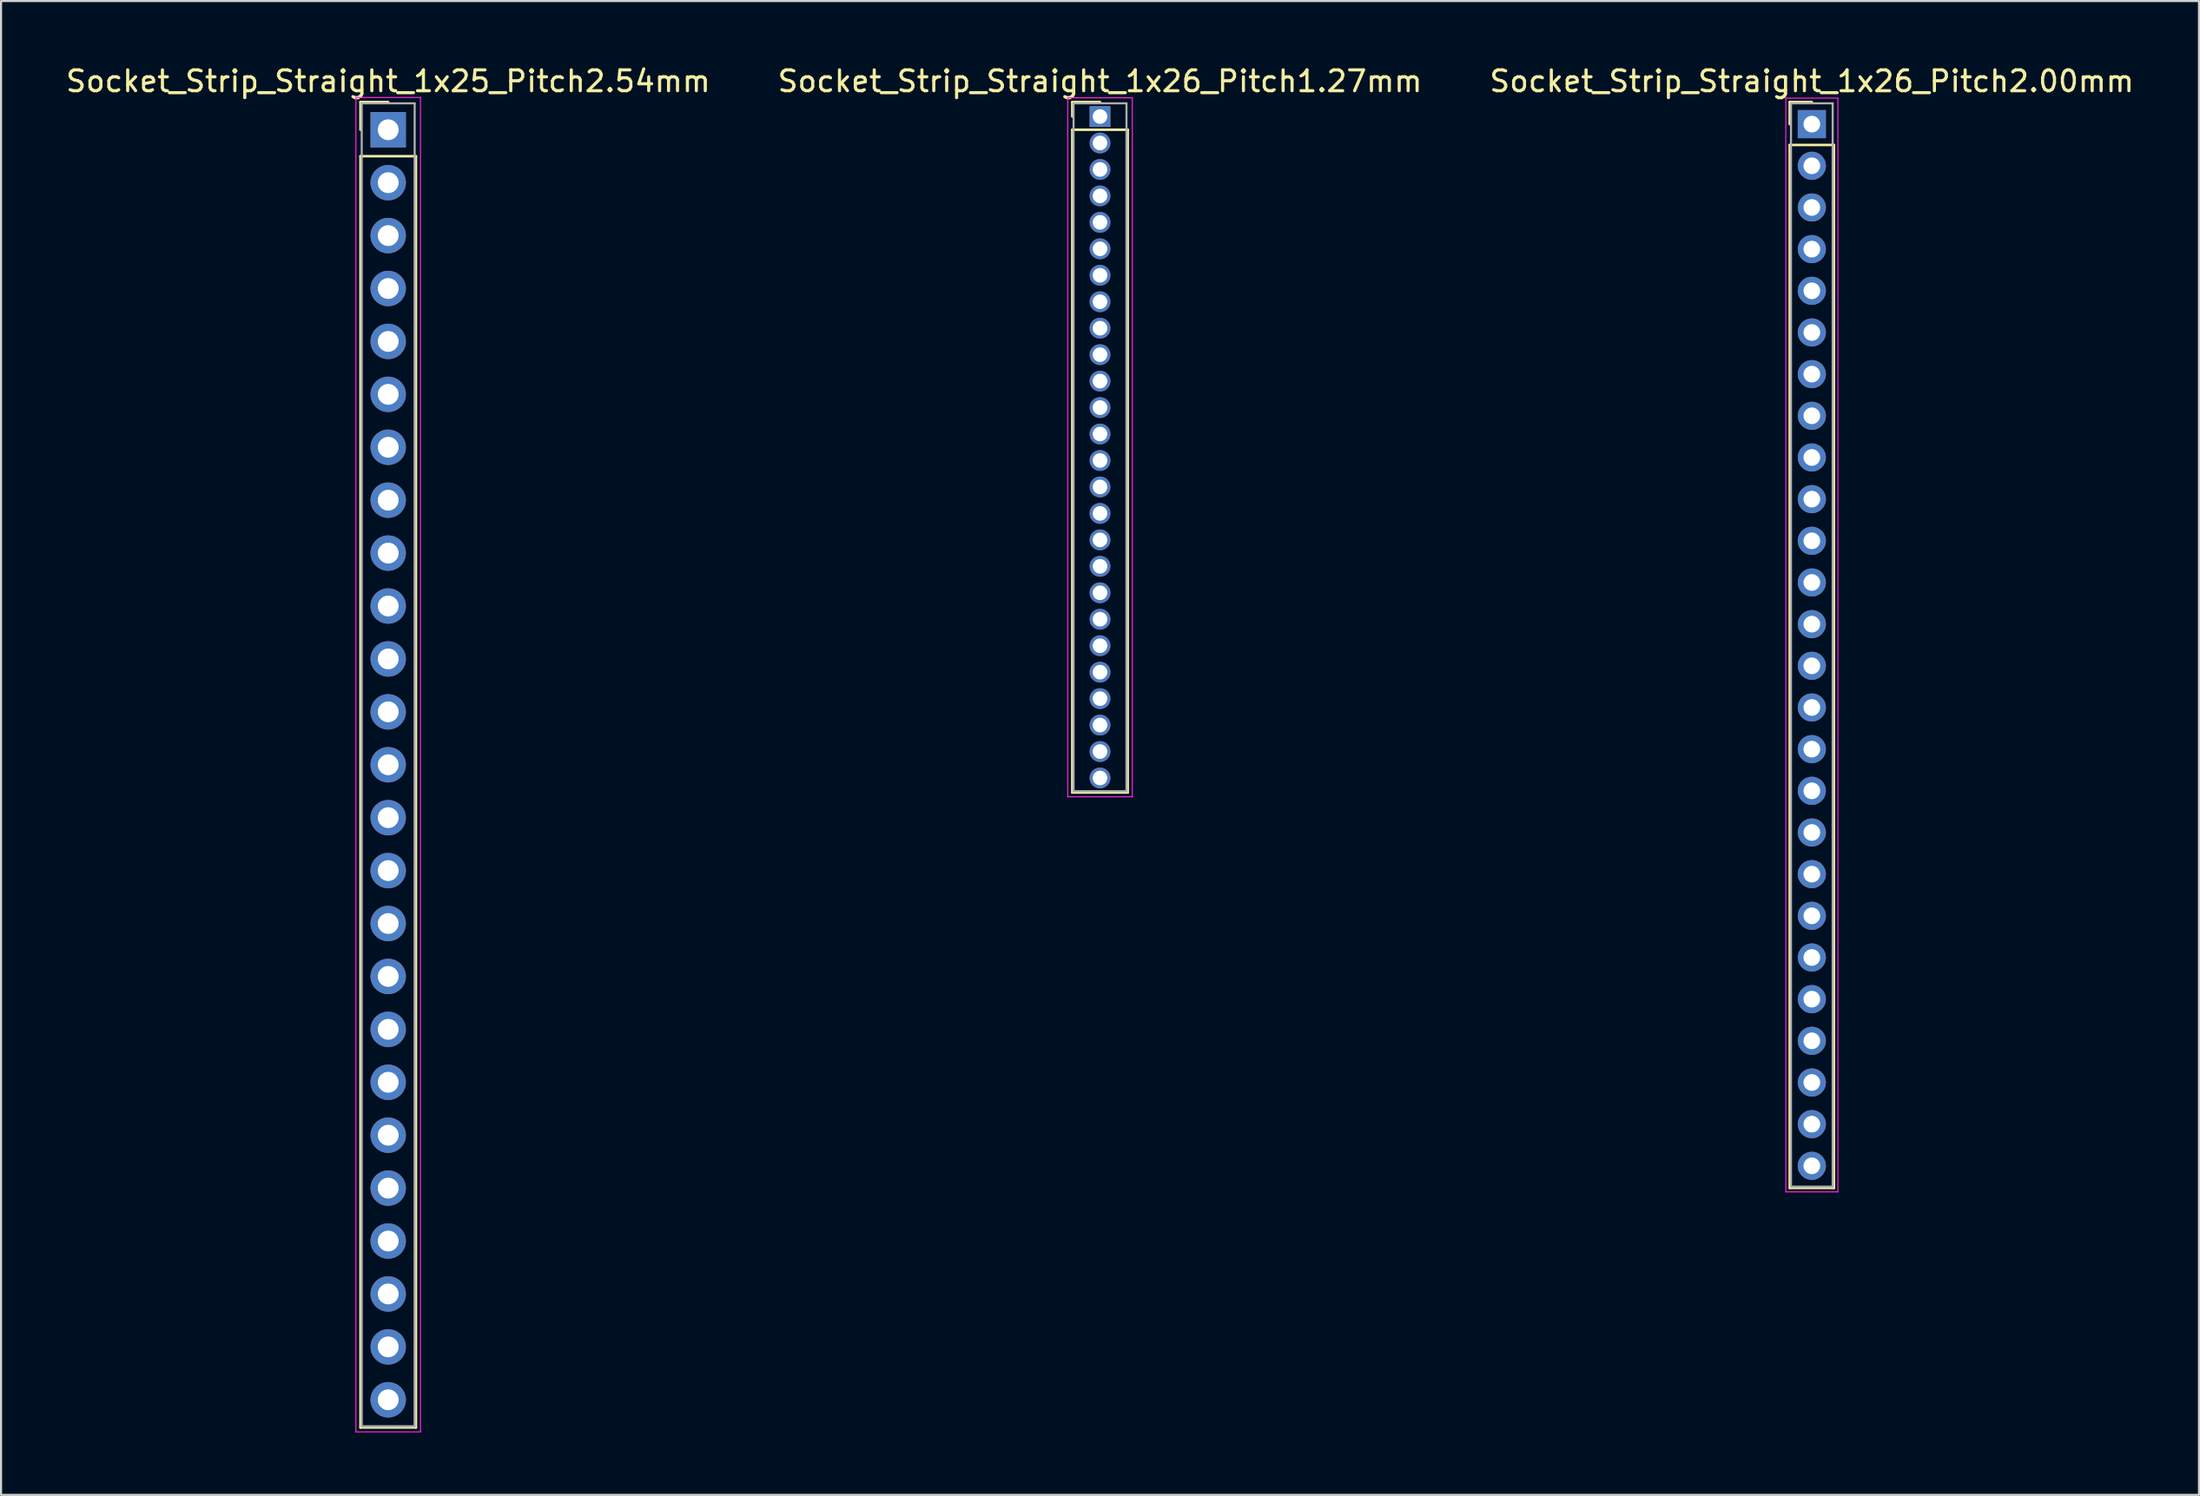
<source format=kicad_pcb>
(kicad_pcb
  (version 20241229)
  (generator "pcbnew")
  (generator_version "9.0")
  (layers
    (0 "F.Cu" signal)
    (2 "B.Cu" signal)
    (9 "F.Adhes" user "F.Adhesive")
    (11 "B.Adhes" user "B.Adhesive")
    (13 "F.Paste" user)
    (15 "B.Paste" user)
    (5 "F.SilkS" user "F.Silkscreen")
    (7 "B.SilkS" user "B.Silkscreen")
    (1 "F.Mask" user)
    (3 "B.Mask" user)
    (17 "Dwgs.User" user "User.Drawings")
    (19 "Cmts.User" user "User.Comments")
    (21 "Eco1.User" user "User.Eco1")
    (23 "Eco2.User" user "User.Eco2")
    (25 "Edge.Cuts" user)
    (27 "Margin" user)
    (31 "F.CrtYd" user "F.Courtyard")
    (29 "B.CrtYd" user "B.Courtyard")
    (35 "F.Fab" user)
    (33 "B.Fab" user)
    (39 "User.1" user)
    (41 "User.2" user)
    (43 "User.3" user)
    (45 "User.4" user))
  (footprint "Socket_Strip_Straight_1x26_Pitch1.27mm"
    (layer "F.Cu")
    (at 49.732 2.543)
    (property "Reference" "Socket_Strip_Straight_1x26_Pitch1.27mm" (at 0 -1.695 0) (layer "F.SilkS") (effects (font (size 1 1) (thickness 0.15))))
    (attr through_hole)
    (fp_line (start -1.33 -0.695) (end 0 -0.695) (stroke (width 0.12) (type solid)) (layer "F.SilkS"))
    (fp_line (start -1.33 0) (end -1.33 -0.695) (stroke (width 0.12) (type solid)) (layer "F.SilkS"))
    (fp_line (start -1.33 0.635) (end -1.33 32.445) (stroke (width 0.12) (type solid)) (layer "F.SilkS"))
    (fp_line (start -1.33 32.445) (end 1.33 32.445) (stroke (width 0.12) (type solid)) (layer "F.SilkS"))
    (fp_line (start 1.33 0.635) (end -1.33 0.635) (stroke (width 0.12) (type solid)) (layer "F.SilkS"))
    (fp_line (start 1.33 32.445) (end 1.33 0.635) (stroke (width 0.12) (type solid)) (layer "F.SilkS"))
    (fp_line (start -1.55 -0.9) (end -1.55 32.65) (stroke (width 0.05) (type solid)) (layer "F.CrtYd"))
    (fp_line (start -1.55 32.65) (end 1.55 32.65) (stroke (width 0.05) (type solid)) (layer "F.CrtYd"))
    (fp_line (start 1.55 -0.9) (end -1.55 -0.9) (stroke (width 0.05) (type solid)) (layer "F.CrtYd"))
    (fp_line (start 1.55 32.65) (end 1.55 -0.9) (stroke (width 0.05) (type solid)) (layer "F.CrtYd"))
    (fp_line (start -1.27 -0.635) (end -1.27 32.385) (stroke (width 0.1) (type solid)) (layer "F.Fab"))
    (fp_line (start -1.27 32.385) (end 1.27 32.385) (stroke (width 0.1) (type solid)) (layer "F.Fab"))
    (fp_line (start 1.27 -0.635) (end -1.27 -0.635) (stroke (width 0.1) (type solid)) (layer "F.Fab"))
    (fp_line (start 1.27 32.385) (end 1.27 -0.635) (stroke (width 0.1) (type solid)) (layer "F.Fab"))
    (pad "1" thru_hole rect (at 0 0) (size 1 1) (drill 0.7) (layers "*.Cu" "*.Mask"))
    (pad "2" thru_hole oval (at 0 1.27) (size 1 1) (drill 0.7) (layers "*.Cu" "*.Mask"))
    (pad "3" thru_hole oval (at 0 2.54) (size 1 1) (drill 0.7) (layers "*.Cu" "*.Mask"))
    (pad "4" thru_hole oval (at 0 3.81) (size 1 1) (drill 0.7) (layers "*.Cu" "*.Mask"))
    (pad "5" thru_hole oval (at 0 5.08) (size 1 1) (drill 0.7) (layers "*.Cu" "*.Mask"))
    (pad "6" thru_hole oval (at 0 6.35) (size 1 1) (drill 0.7) (layers "*.Cu" "*.Mask"))
    (pad "7" thru_hole oval (at 0 7.62) (size 1 1) (drill 0.7) (layers "*.Cu" "*.Mask"))
    (pad "8" thru_hole oval (at 0 8.89) (size 1 1) (drill 0.7) (layers "*.Cu" "*.Mask"))
    (pad "9" thru_hole oval (at 0 10.16) (size 1 1) (drill 0.7) (layers "*.Cu" "*.Mask"))
    (pad "10" thru_hole oval (at 0 11.43) (size 1 1) (drill 0.7) (layers "*.Cu" "*.Mask"))
    (pad "11" thru_hole oval (at 0 12.7) (size 1 1) (drill 0.7) (layers "*.Cu" "*.Mask"))
    (pad "12" thru_hole oval (at 0 13.97) (size 1 1) (drill 0.7) (layers "*.Cu" "*.Mask"))
    (pad "13" thru_hole oval (at 0 15.24) (size 1 1) (drill 0.7) (layers "*.Cu" "*.Mask"))
    (pad "14" thru_hole oval (at 0 16.51) (size 1 1) (drill 0.7) (layers "*.Cu" "*.Mask"))
    (pad "15" thru_hole oval (at 0 17.78) (size 1 1) (drill 0.7) (layers "*.Cu" "*.Mask"))
    (pad "16" thru_hole oval (at 0 19.05) (size 1 1) (drill 0.7) (layers "*.Cu" "*.Mask"))
    (pad "17" thru_hole oval (at 0 20.32) (size 1 1) (drill 0.7) (layers "*.Cu" "*.Mask"))
    (pad "18" thru_hole oval (at 0 21.59) (size 1 1) (drill 0.7) (layers "*.Cu" "*.Mask"))
    (pad "19" thru_hole oval (at 0 22.86) (size 1 1) (drill 0.7) (layers "*.Cu" "*.Mask"))
    (pad "20" thru_hole oval (at 0 24.13) (size 1 1) (drill 0.7) (layers "*.Cu" "*.Mask"))
    (pad "21" thru_hole oval (at 0 25.4) (size 1 1) (drill 0.7) (layers "*.Cu" "*.Mask"))
    (pad "22" thru_hole oval (at 0 26.67) (size 1 1) (drill 0.7) (layers "*.Cu" "*.Mask"))
    (pad "23" thru_hole oval (at 0 27.94) (size 1 1) (drill 0.7) (layers "*.Cu" "*.Mask"))
    (pad "24" thru_hole oval (at 0 29.21) (size 1 1) (drill 0.7) (layers "*.Cu" "*.Mask"))
    (pad "25" thru_hole oval (at 0 30.48) (size 1 1) (drill 0.7) (layers "*.Cu" "*.Mask"))
    (pad "26" thru_hole oval (at 0 31.75) (size 1 1) (drill 0.7) (layers "*.Cu" "*.Mask")))
  (footprint "Socket_Strip_Straight_1x25_Pitch2.54mm"
    (layer "F.Cu")
    (at 15.577 3.178)
    (property "Reference" "Socket_Strip_Straight_1x25_Pitch2.54mm" (at 0 -2.33 0) (layer "F.SilkS") (effects (font (size 1 1) (thickness 0.15))))
    (attr through_hole)
    (fp_line (start -1.33 -1.33) (end 0 -1.33) (stroke (width 0.12) (type solid)) (layer "F.SilkS"))
    (fp_line (start -1.33 0) (end -1.33 -1.33) (stroke (width 0.12) (type solid)) (layer "F.SilkS"))
    (fp_line (start -1.33 1.27) (end -1.33 62.29) (stroke (width 0.12) (type solid)) (layer "F.SilkS"))
    (fp_line (start -1.33 62.29) (end 1.33 62.29) (stroke (width 0.12) (type solid)) (layer "F.SilkS"))
    (fp_line (start 1.33 1.27) (end -1.33 1.27) (stroke (width 0.12) (type solid)) (layer "F.SilkS"))
    (fp_line (start 1.33 62.29) (end 1.33 1.27) (stroke (width 0.12) (type solid)) (layer "F.SilkS"))
    (fp_line (start -1.55 -1.55) (end -1.55 62.5) (stroke (width 0.05) (type solid)) (layer "F.CrtYd"))
    (fp_line (start -1.55 62.5) (end 1.55 62.5) (stroke (width 0.05) (type solid)) (layer "F.CrtYd"))
    (fp_line (start 1.55 -1.55) (end -1.55 -1.55) (stroke (width 0.05) (type solid)) (layer "F.CrtYd"))
    (fp_line (start 1.55 62.5) (end 1.55 -1.55) (stroke (width 0.05) (type solid)) (layer "F.CrtYd"))
    (fp_line (start -1.27 -1.27) (end -1.27 62.23) (stroke (width 0.1) (type solid)) (layer "F.Fab"))
    (fp_line (start -1.27 62.23) (end 1.27 62.23) (stroke (width 0.1) (type solid)) (layer "F.Fab"))
    (fp_line (start 1.27 -1.27) (end -1.27 -1.27) (stroke (width 0.1) (type solid)) (layer "F.Fab"))
    (fp_line (start 1.27 62.23) (end 1.27 -1.27) (stroke (width 0.1) (type solid)) (layer "F.Fab"))
    (pad "1" thru_hole rect (at 0 0) (size 1.7 1.7) (drill 1) (layers "*.Cu" "*.Mask"))
    (pad "2" thru_hole oval (at 0 2.54) (size 1.7 1.7) (drill 1) (layers "*.Cu" "*.Mask"))
    (pad "3" thru_hole oval (at 0 5.08) (size 1.7 1.7) (drill 1) (layers "*.Cu" "*.Mask"))
    (pad "4" thru_hole oval (at 0 7.62) (size 1.7 1.7) (drill 1) (layers "*.Cu" "*.Mask"))
    (pad "5" thru_hole oval (at 0 10.16) (size 1.7 1.7) (drill 1) (layers "*.Cu" "*.Mask"))
    (pad "6" thru_hole oval (at 0 12.7) (size 1.7 1.7) (drill 1) (layers "*.Cu" "*.Mask"))
    (pad "7" thru_hole oval (at 0 15.24) (size 1.7 1.7) (drill 1) (layers "*.Cu" "*.Mask"))
    (pad "8" thru_hole oval (at 0 17.78) (size 1.7 1.7) (drill 1) (layers "*.Cu" "*.Mask"))
    (pad "9" thru_hole oval (at 0 20.32) (size 1.7 1.7) (drill 1) (layers "*.Cu" "*.Mask"))
    (pad "10" thru_hole oval (at 0 22.86) (size 1.7 1.7) (drill 1) (layers "*.Cu" "*.Mask"))
    (pad "11" thru_hole oval (at 0 25.4) (size 1.7 1.7) (drill 1) (layers "*.Cu" "*.Mask"))
    (pad "12" thru_hole oval (at 0 27.94) (size 1.7 1.7) (drill 1) (layers "*.Cu" "*.Mask"))
    (pad "13" thru_hole oval (at 0 30.48) (size 1.7 1.7) (drill 1) (layers "*.Cu" "*.Mask"))
    (pad "14" thru_hole oval (at 0 33.02) (size 1.7 1.7) (drill 1) (layers "*.Cu" "*.Mask"))
    (pad "15" thru_hole oval (at 0 35.56) (size 1.7 1.7) (drill 1) (layers "*.Cu" "*.Mask"))
    (pad "16" thru_hole oval (at 0 38.1) (size 1.7 1.7) (drill 1) (layers "*.Cu" "*.Mask"))
    (pad "17" thru_hole oval (at 0 40.64) (size 1.7 1.7) (drill 1) (layers "*.Cu" "*.Mask"))
    (pad "18" thru_hole oval (at 0 43.18) (size 1.7 1.7) (drill 1) (layers "*.Cu" "*.Mask"))
    (pad "19" thru_hole oval (at 0 45.72) (size 1.7 1.7) (drill 1) (layers "*.Cu" "*.Mask"))
    (pad "20" thru_hole oval (at 0 48.26) (size 1.7 1.7) (drill 1) (layers "*.Cu" "*.Mask"))
    (pad "21" thru_hole oval (at 0 50.8) (size 1.7 1.7) (drill 1) (layers "*.Cu" "*.Mask"))
    (pad "22" thru_hole oval (at 0 53.34) (size 1.7 1.7) (drill 1) (layers "*.Cu" "*.Mask"))
    (pad "23" thru_hole oval (at 0 55.88) (size 1.7 1.7) (drill 1) (layers "*.Cu" "*.Mask"))
    (pad "24" thru_hole oval (at 0 58.42) (size 1.7 1.7) (drill 1) (layers "*.Cu" "*.Mask"))
    (pad "25" thru_hole oval (at 0 60.96) (size 1.7 1.7) (drill 1) (layers "*.Cu" "*.Mask")))
  (footprint "Socket_Strip_Straight_1x26_Pitch2.00mm"
    (layer "F.Cu")
    (at 83.887 2.908)
    (property "Reference" "Socket_Strip_Straight_1x26_Pitch2.00mm" (at 0 -2.06 0) (layer "F.SilkS") (effects (font (size 1 1) (thickness 0.15))))
    (attr through_hole)
    (fp_line (start -1.06 -1.06) (end 0 -1.06) (stroke (width 0.12) (type solid)) (layer "F.SilkS"))
    (fp_line (start -1.06 0) (end -1.06 -1.06) (stroke (width 0.12) (type solid)) (layer "F.SilkS"))
    (fp_line (start -1.06 1) (end -1.06 51.06) (stroke (width 0.12) (type solid)) (layer "F.SilkS"))
    (fp_line (start -1.06 51.06) (end 1.06 51.06) (stroke (width 0.12) (type solid)) (layer "F.SilkS"))
    (fp_line (start 1.06 1) (end -1.06 1) (stroke (width 0.12) (type solid)) (layer "F.SilkS"))
    (fp_line (start 1.06 51.06) (end 1.06 1) (stroke (width 0.12) (type solid)) (layer "F.SilkS"))
    (fp_line (start -1.25 -1.25) (end -1.25 51.25) (stroke (width 0.05) (type solid)) (layer "F.CrtYd"))
    (fp_line (start -1.25 51.25) (end 1.25 51.25) (stroke (width 0.05) (type solid)) (layer "F.CrtYd"))
    (fp_line (start 1.25 -1.25) (end -1.25 -1.25) (stroke (width 0.05) (type solid)) (layer "F.CrtYd"))
    (fp_line (start 1.25 51.25) (end 1.25 -1.25) (stroke (width 0.05) (type solid)) (layer "F.CrtYd"))
    (fp_line (start -1 -1) (end -1 51) (stroke (width 0.1) (type solid)) (layer "F.Fab"))
    (fp_line (start -1 51) (end 1 51) (stroke (width 0.1) (type solid)) (layer "F.Fab"))
    (fp_line (start 1 -1) (end -1 -1) (stroke (width 0.1) (type solid)) (layer "F.Fab"))
    (fp_line (start 1 51) (end 1 -1) (stroke (width 0.1) (type solid)) (layer "F.Fab"))
    (pad "1" thru_hole rect (at 0 0) (size 1.35 1.35) (drill 0.8) (layers "*.Cu" "*.Mask"))
    (pad "2" thru_hole oval (at 0 2) (size 1.35 1.35) (drill 0.8) (layers "*.Cu" "*.Mask"))
    (pad "3" thru_hole oval (at 0 4) (size 1.35 1.35) (drill 0.8) (layers "*.Cu" "*.Mask"))
    (pad "4" thru_hole oval (at 0 6) (size 1.35 1.35) (drill 0.8) (layers "*.Cu" "*.Mask"))
    (pad "5" thru_hole oval (at 0 8) (size 1.35 1.35) (drill 0.8) (layers "*.Cu" "*.Mask"))
    (pad "6" thru_hole oval (at 0 10) (size 1.35 1.35) (drill 0.8) (layers "*.Cu" "*.Mask"))
    (pad "7" thru_hole oval (at 0 12) (size 1.35 1.35) (drill 0.8) (layers "*.Cu" "*.Mask"))
    (pad "8" thru_hole oval (at 0 14) (size 1.35 1.35) (drill 0.8) (layers "*.Cu" "*.Mask"))
    (pad "9" thru_hole oval (at 0 16) (size 1.35 1.35) (drill 0.8) (layers "*.Cu" "*.Mask"))
    (pad "10" thru_hole oval (at 0 18) (size 1.35 1.35) (drill 0.8) (layers "*.Cu" "*.Mask"))
    (pad "11" thru_hole oval (at 0 20) (size 1.35 1.35) (drill 0.8) (layers "*.Cu" "*.Mask"))
    (pad "12" thru_hole oval (at 0 22) (size 1.35 1.35) (drill 0.8) (layers "*.Cu" "*.Mask"))
    (pad "13" thru_hole oval (at 0 24) (size 1.35 1.35) (drill 0.8) (layers "*.Cu" "*.Mask"))
    (pad "14" thru_hole oval (at 0 26) (size 1.35 1.35) (drill 0.8) (layers "*.Cu" "*.Mask"))
    (pad "15" thru_hole oval (at 0 28) (size 1.35 1.35) (drill 0.8) (layers "*.Cu" "*.Mask"))
    (pad "16" thru_hole oval (at 0 30) (size 1.35 1.35) (drill 0.8) (layers "*.Cu" "*.Mask"))
    (pad "17" thru_hole oval (at 0 32) (size 1.35 1.35) (drill 0.8) (layers "*.Cu" "*.Mask"))
    (pad "18" thru_hole oval (at 0 34) (size 1.35 1.35) (drill 0.8) (layers "*.Cu" "*.Mask"))
    (pad "19" thru_hole oval (at 0 36) (size 1.35 1.35) (drill 0.8) (layers "*.Cu" "*.Mask"))
    (pad "20" thru_hole oval (at 0 38) (size 1.35 1.35) (drill 0.8) (layers "*.Cu" "*.Mask"))
    (pad "21" thru_hole oval (at 0 40) (size 1.35 1.35) (drill 0.8) (layers "*.Cu" "*.Mask"))
    (pad "22" thru_hole oval (at 0 42) (size 1.35 1.35) (drill 0.8) (layers "*.Cu" "*.Mask"))
    (pad "23" thru_hole oval (at 0 44) (size 1.35 1.35) (drill 0.8) (layers "*.Cu" "*.Mask"))
    (pad "24" thru_hole oval (at 0 46) (size 1.35 1.35) (drill 0.8) (layers "*.Cu" "*.Mask"))
    (pad "25" thru_hole oval (at 0 48) (size 1.35 1.35) (drill 0.8) (layers "*.Cu" "*.Mask"))
    (pad "26" thru_hole oval (at 0 50) (size 1.35 1.35) (drill 0.8) (layers "*.Cu" "*.Mask")))
  (gr_rect
    (start -3 -3)
    (end 102.464 68.703)
    (stroke (width 0.1) (type default))
    (fill no)
    (layer "Edge.Cuts")))
</source>
